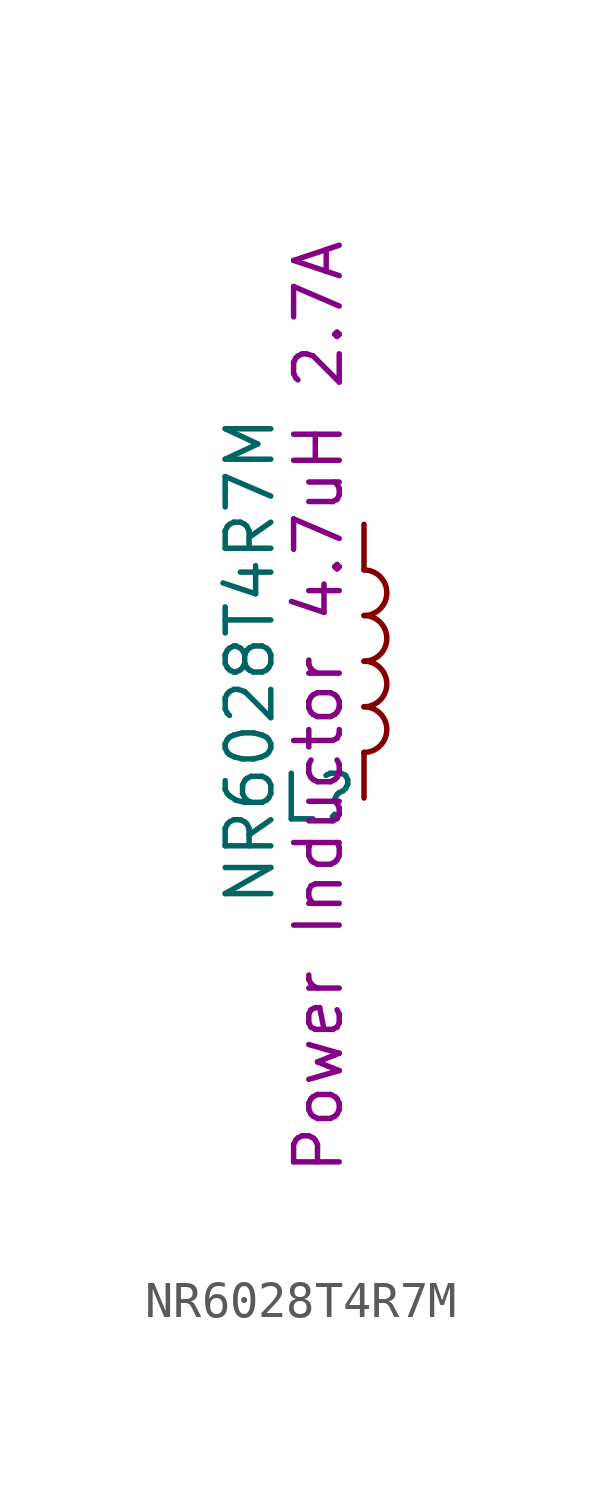
<source format=kicad_sym>
(kicad_symbol_lib
  (version 20211014)
  (generator kicad_symbol_editor)
  (symbol "NR6028T4R7M"
    (pin_numbers hide)
    (pin_names
      (offset 1.016) hide)
    (property "Reference" "L"
      (at -1.27 -3.81 0)
      (effects (font (size 1.27 1.27))))
    (property "Value" "NR6028T4R7M"
      (at -3.175 0 90)
      (effects (font (size 1.27 1.27))))
    (property "ODR.Part#" "Power Inductor 4.7uH 2.7A"
      (at -1.27 -1.27 90)
      (effects (font (size 1.27 1.27))))
    (symbol "NR6028T4R7M_0_1"
      (arc (start 0 -2.54) (mid 0.635 -1.905) (end 0 -1.27) (stroke (width 0) (type default) (color 0 0 0 0)) (fill (type none)))
      (arc (start 0 -1.27) (mid 0.635 -0.635) (end 0 0) (stroke (width 0) (type default) (color 0 0 0 0)) (fill (type none)))
      (arc (start 0 0) (mid 0.635 0.635) (end 0 1.27) (stroke (width 0) (type default) (color 0 0 0 0)) (fill (type none)))
      (arc (start 0 1.27) (mid 0.635 1.905) (end 0 2.54) (stroke (width 0) (type default) (color 0 0 0 0)) (fill (type none))))
    (symbol "NR6028T4R7M_1_1"
      (pin passive line (at 0 3.81 270) (length 1.27) (name "1" (effects (font (size 1.27 1.27)))) (number "1" (effects (font (size 1.27 1.27)))))
      (pin passive line (at 0 -3.81 90) (length 1.27) (name "2" (effects (font (size 1.27 1.27)))) (number "2" (effects (font (size 1.27 1.27))))))))
</source>
